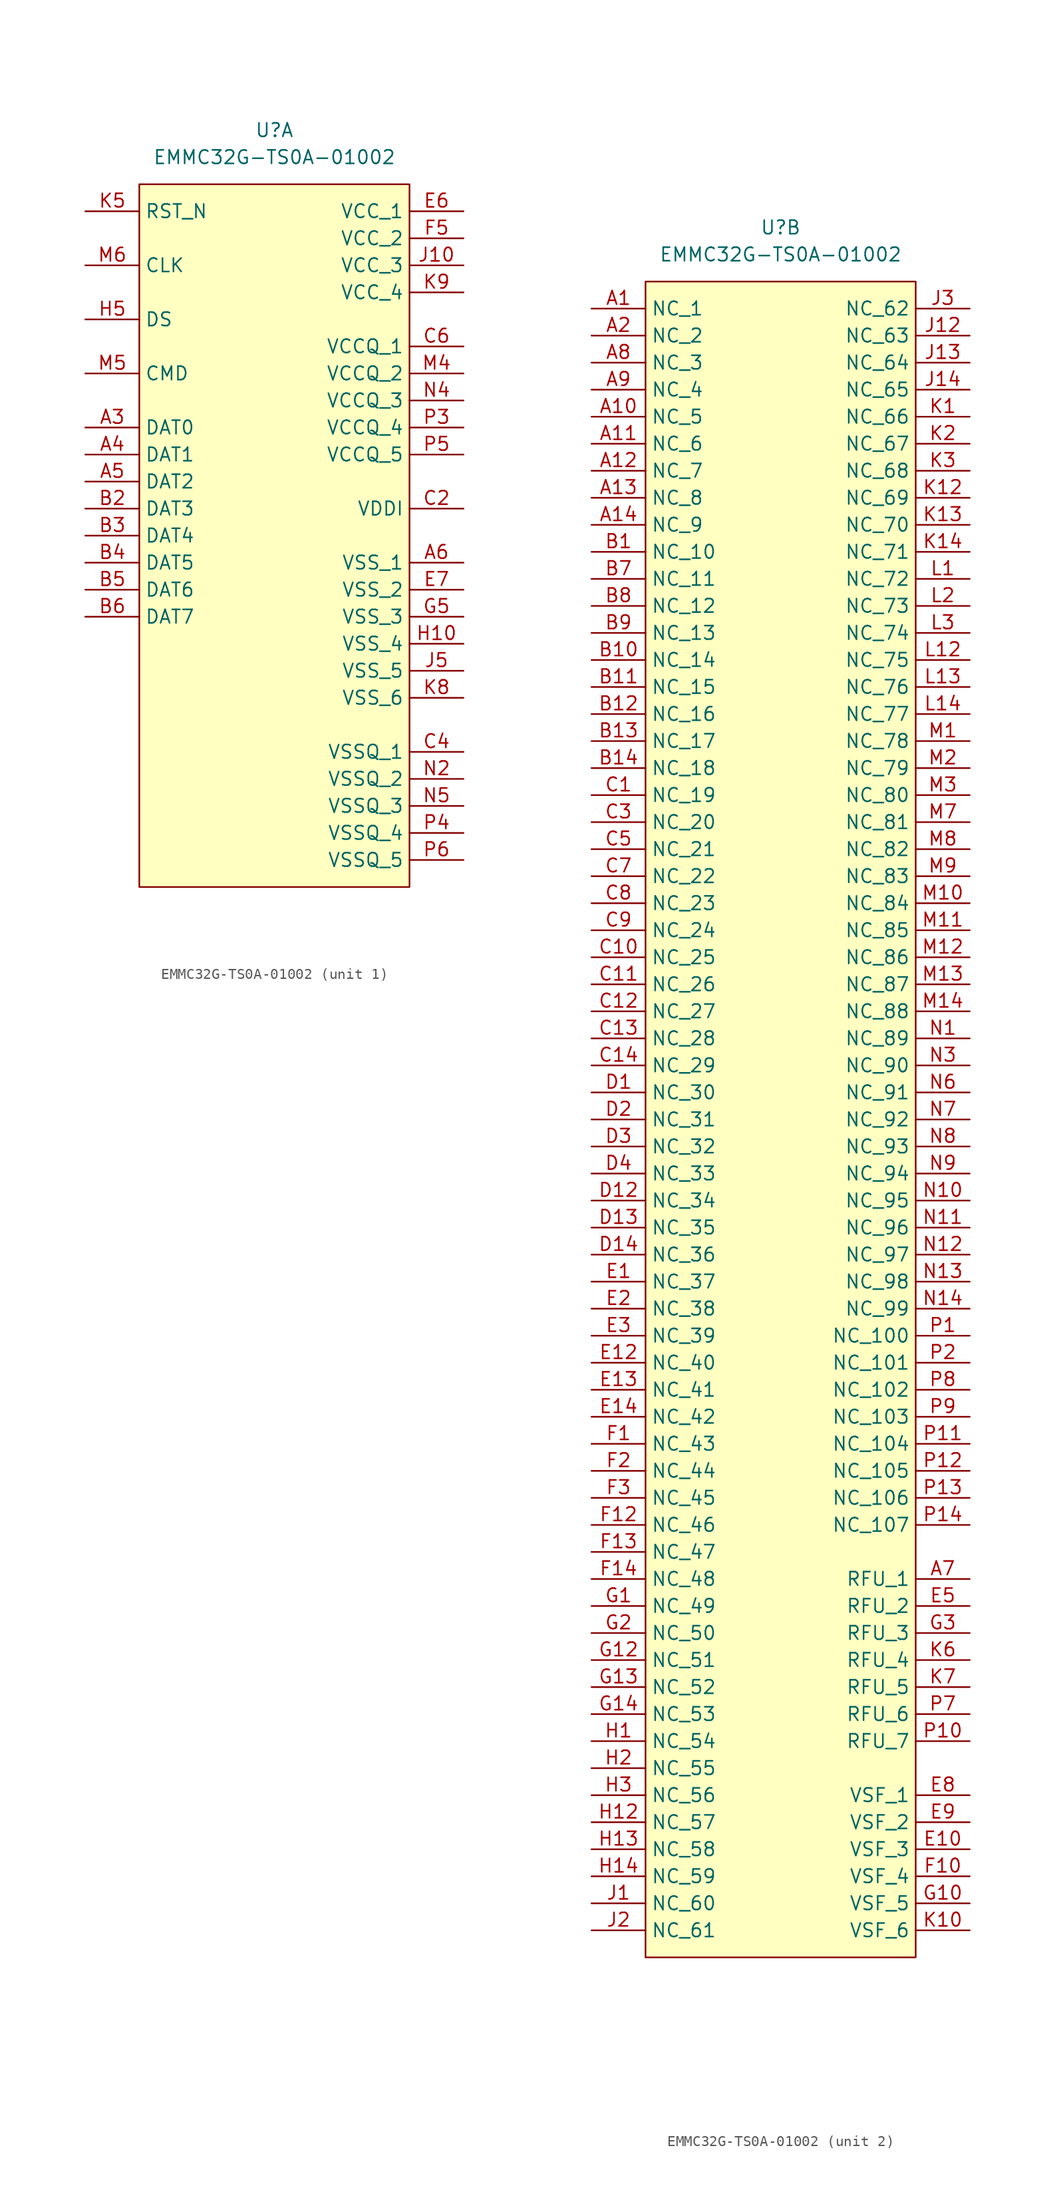
<source format=kicad_sym>
(kicad_symbol_lib
  (version 20241209)
  (generator "kicad_symbol_editor")
  (generator_version "9.0")
  (symbol "EMMC32G-TS0A-01002"
    (property "Reference" "U"
      (at 0 5.08 0)
      (effects (font (size 1.27 1.27))))
    (property "Value" "EMMC32G-TS0A-01002"
      (at 0 2.54 0)
      (effects (font (size 1.27 1.27))))
    (property "ki_locked" ""
      (at 0 0 0)
      (effects (font (size 1.27 1.27))))
    (symbol "EMMC32G-TS0A-01002_1_1"
      (rectangle (start -12.7 0) (end 12.7 -66.04) (stroke (width 0) (type default)) (fill (type background)))
      (pin passive line (at -17.78 -2.54 0) (length 5.08) (name "RST_N" (effects (font (size 1.27 1.27)))) (number "K5" (effects (font (size 1.27 1.27)))))
      (pin passive line (at -17.78 -7.62 0) (length 5.08) (name "CLK" (effects (font (size 1.27 1.27)))) (number "M6" (effects (font (size 1.27 1.27)))))
      (pin passive line (at -17.78 -12.7 0) (length 5.08) (name "DS" (effects (font (size 1.27 1.27)))) (number "H5" (effects (font (size 1.27 1.27)))))
      (pin passive line (at -17.78 -17.78 0) (length 5.08) (name "CMD" (effects (font (size 1.27 1.27)))) (number "M5" (effects (font (size 1.27 1.27)))))
      (pin passive line (at -17.78 -22.86 0) (length 5.08) (name "DAT0" (effects (font (size 1.27 1.27)))) (number "A3" (effects (font (size 1.27 1.27)))))
      (pin passive line (at -17.78 -25.4 0) (length 5.08) (name "DAT1" (effects (font (size 1.27 1.27)))) (number "A4" (effects (font (size 1.27 1.27)))))
      (pin passive line (at -17.78 -27.94 0) (length 5.08) (name "DAT2" (effects (font (size 1.27 1.27)))) (number "A5" (effects (font (size 1.27 1.27)))))
      (pin passive line (at -17.78 -30.48 0) (length 5.08) (name "DAT3" (effects (font (size 1.27 1.27)))) (number "B2" (effects (font (size 1.27 1.27)))))
      (pin passive line (at -17.78 -33.02 0) (length 5.08) (name "DAT4" (effects (font (size 1.27 1.27)))) (number "B3" (effects (font (size 1.27 1.27)))))
      (pin passive line (at -17.78 -35.56 0) (length 5.08) (name "DAT5" (effects (font (size 1.27 1.27)))) (number "B4" (effects (font (size 1.27 1.27)))))
      (pin passive line (at -17.78 -38.1 0) (length 5.08) (name "DAT6" (effects (font (size 1.27 1.27)))) (number "B5" (effects (font (size 1.27 1.27)))))
      (pin passive line (at -17.78 -40.64 0) (length 5.08) (name "DAT7" (effects (font (size 1.27 1.27)))) (number "B6" (effects (font (size 1.27 1.27)))))
      (pin passive line (at 17.78 -2.54 180) (length 5.08) (name "VCC_1" (effects (font (size 1.27 1.27)))) (number "E6" (effects (font (size 1.27 1.27)))))
      (pin passive line (at 17.78 -5.08 180) (length 5.08) (name "VCC_2" (effects (font (size 1.27 1.27)))) (number "F5" (effects (font (size 1.27 1.27)))))
      (pin passive line (at 17.78 -7.62 180) (length 5.08) (name "VCC_3" (effects (font (size 1.27 1.27)))) (number "J10" (effects (font (size 1.27 1.27)))))
      (pin passive line (at 17.78 -10.16 180) (length 5.08) (name "VCC_4" (effects (font (size 1.27 1.27)))) (number "K9" (effects (font (size 1.27 1.27)))))
      (pin passive line (at 17.78 -15.24 180) (length 5.08) (name "VCCQ_1" (effects (font (size 1.27 1.27)))) (number "C6" (effects (font (size 1.27 1.27)))))
      (pin passive line (at 17.78 -17.78 180) (length 5.08) (name "VCCQ_2" (effects (font (size 1.27 1.27)))) (number "M4" (effects (font (size 1.27 1.27)))))
      (pin passive line (at 17.78 -20.32 180) (length 5.08) (name "VCCQ_3" (effects (font (size 1.27 1.27)))) (number "N4" (effects (font (size 1.27 1.27)))))
      (pin passive line (at 17.78 -22.86 180) (length 5.08) (name "VCCQ_4" (effects (font (size 1.27 1.27)))) (number "P3" (effects (font (size 1.27 1.27)))))
      (pin passive line (at 17.78 -25.4 180) (length 5.08) (name "VCCQ_5" (effects (font (size 1.27 1.27)))) (number "P5" (effects (font (size 1.27 1.27)))))
      (pin passive line (at 17.78 -30.48 180) (length 5.08) (name "VDDI" (effects (font (size 1.27 1.27)))) (number "C2" (effects (font (size 1.27 1.27)))))
      (pin passive line (at 17.78 -35.56 180) (length 5.08) (name "VSS_1" (effects (font (size 1.27 1.27)))) (number "A6" (effects (font (size 1.27 1.27)))))
      (pin passive line (at 17.78 -38.1 180) (length 5.08) (name "VSS_2" (effects (font (size 1.27 1.27)))) (number "E7" (effects (font (size 1.27 1.27)))))
      (pin passive line (at 17.78 -40.64 180) (length 5.08) (name "VSS_3" (effects (font (size 1.27 1.27)))) (number "G5" (effects (font (size 1.27 1.27)))))
      (pin passive line (at 17.78 -43.18 180) (length 5.08) (name "VSS_4" (effects (font (size 1.27 1.27)))) (number "H10" (effects (font (size 1.27 1.27)))))
      (pin passive line (at 17.78 -45.72 180) (length 5.08) (name "VSS_5" (effects (font (size 1.27 1.27)))) (number "J5" (effects (font (size 1.27 1.27)))))
      (pin passive line (at 17.78 -48.26 180) (length 5.08) (name "VSS_6" (effects (font (size 1.27 1.27)))) (number "K8" (effects (font (size 1.27 1.27)))))
      (pin passive line (at 17.78 -53.34 180) (length 5.08) (name "VSSQ_1" (effects (font (size 1.27 1.27)))) (number "C4" (effects (font (size 1.27 1.27)))))
      (pin passive line (at 17.78 -55.88 180) (length 5.08) (name "VSSQ_2" (effects (font (size 1.27 1.27)))) (number "N2" (effects (font (size 1.27 1.27)))))
      (pin passive line (at 17.78 -58.42 180) (length 5.08) (name "VSSQ_3" (effects (font (size 1.27 1.27)))) (number "N5" (effects (font (size 1.27 1.27)))))
      (pin passive line (at 17.78 -60.96 180) (length 5.08) (name "VSSQ_4" (effects (font (size 1.27 1.27)))) (number "P4" (effects (font (size 1.27 1.27)))))
      (pin passive line (at 17.78 -63.5 180) (length 5.08) (name "VSSQ_5" (effects (font (size 1.27 1.27)))) (number "P6" (effects (font (size 1.27 1.27))))))
    (symbol "EMMC32G-TS0A-01002_2_1"
      (rectangle (start -12.7 0) (end 12.7 -157.48) (stroke (width 0) (type default)) (fill (type background)))
      (pin passive line (at -17.78 -2.54 0) (length 5.08) (name "NC_1" (effects (font (size 1.27 1.27)))) (number "A1" (effects (font (size 1.27 1.27)))))
      (pin passive line (at -17.78 -5.08 0) (length 5.08) (name "NC_2" (effects (font (size 1.27 1.27)))) (number "A2" (effects (font (size 1.27 1.27)))))
      (pin passive line (at -17.78 -7.62 0) (length 5.08) (name "NC_3" (effects (font (size 1.27 1.27)))) (number "A8" (effects (font (size 1.27 1.27)))))
      (pin passive line (at -17.78 -10.16 0) (length 5.08) (name "NC_4" (effects (font (size 1.27 1.27)))) (number "A9" (effects (font (size 1.27 1.27)))))
      (pin passive line (at -17.78 -12.7 0) (length 5.08) (name "NC_5" (effects (font (size 1.27 1.27)))) (number "A10" (effects (font (size 1.27 1.27)))))
      (pin passive line (at -17.78 -15.24 0) (length 5.08) (name "NC_6" (effects (font (size 1.27 1.27)))) (number "A11" (effects (font (size 1.27 1.27)))))
      (pin passive line (at -17.78 -17.78 0) (length 5.08) (name "NC_7" (effects (font (size 1.27 1.27)))) (number "A12" (effects (font (size 1.27 1.27)))))
      (pin passive line (at -17.78 -20.32 0) (length 5.08) (name "NC_8" (effects (font (size 1.27 1.27)))) (number "A13" (effects (font (size 1.27 1.27)))))
      (pin passive line (at -17.78 -22.86 0) (length 5.08) (name "NC_9" (effects (font (size 1.27 1.27)))) (number "A14" (effects (font (size 1.27 1.27)))))
      (pin passive line (at -17.78 -25.4 0) (length 5.08) (name "NC_10" (effects (font (size 1.27 1.27)))) (number "B1" (effects (font (size 1.27 1.27)))))
      (pin passive line (at -17.78 -27.94 0) (length 5.08) (name "NC_11" (effects (font (size 1.27 1.27)))) (number "B7" (effects (font (size 1.27 1.27)))))
      (pin passive line (at -17.78 -30.48 0) (length 5.08) (name "NC_12" (effects (font (size 1.27 1.27)))) (number "B8" (effects (font (size 1.27 1.27)))))
      (pin passive line (at -17.78 -33.02 0) (length 5.08) (name "NC_13" (effects (font (size 1.27 1.27)))) (number "B9" (effects (font (size 1.27 1.27)))))
      (pin passive line (at -17.78 -35.56 0) (length 5.08) (name "NC_14" (effects (font (size 1.27 1.27)))) (number "B10" (effects (font (size 1.27 1.27)))))
      (pin passive line (at -17.78 -38.1 0) (length 5.08) (name "NC_15" (effects (font (size 1.27 1.27)))) (number "B11" (effects (font (size 1.27 1.27)))))
      (pin passive line (at -17.78 -40.64 0) (length 5.08) (name "NC_16" (effects (font (size 1.27 1.27)))) (number "B12" (effects (font (size 1.27 1.27)))))
      (pin passive line (at -17.78 -43.18 0) (length 5.08) (name "NC_17" (effects (font (size 1.27 1.27)))) (number "B13" (effects (font (size 1.27 1.27)))))
      (pin passive line (at -17.78 -45.72 0) (length 5.08) (name "NC_18" (effects (font (size 1.27 1.27)))) (number "B14" (effects (font (size 1.27 1.27)))))
      (pin passive line (at -17.78 -48.26 0) (length 5.08) (name "NC_19" (effects (font (size 1.27 1.27)))) (number "C1" (effects (font (size 1.27 1.27)))))
      (pin passive line (at -17.78 -50.8 0) (length 5.08) (name "NC_20" (effects (font (size 1.27 1.27)))) (number "C3" (effects (font (size 1.27 1.27)))))
      (pin passive line (at -17.78 -53.34 0) (length 5.08) (name "NC_21" (effects (font (size 1.27 1.27)))) (number "C5" (effects (font (size 1.27 1.27)))))
      (pin passive line (at -17.78 -55.88 0) (length 5.08) (name "NC_22" (effects (font (size 1.27 1.27)))) (number "C7" (effects (font (size 1.27 1.27)))))
      (pin passive line (at -17.78 -58.42 0) (length 5.08) (name "NC_23" (effects (font (size 1.27 1.27)))) (number "C8" (effects (font (size 1.27 1.27)))))
      (pin passive line (at -17.78 -60.96 0) (length 5.08) (name "NC_24" (effects (font (size 1.27 1.27)))) (number "C9" (effects (font (size 1.27 1.27)))))
      (pin passive line (at -17.78 -63.5 0) (length 5.08) (name "NC_25" (effects (font (size 1.27 1.27)))) (number "C10" (effects (font (size 1.27 1.27)))))
      (pin passive line (at -17.78 -66.04 0) (length 5.08) (name "NC_26" (effects (font (size 1.27 1.27)))) (number "C11" (effects (font (size 1.27 1.27)))))
      (pin passive line (at -17.78 -68.58 0) (length 5.08) (name "NC_27" (effects (font (size 1.27 1.27)))) (number "C12" (effects (font (size 1.27 1.27)))))
      (pin passive line (at -17.78 -71.12 0) (length 5.08) (name "NC_28" (effects (font (size 1.27 1.27)))) (number "C13" (effects (font (size 1.27 1.27)))))
      (pin passive line (at -17.78 -73.66 0) (length 5.08) (name "NC_29" (effects (font (size 1.27 1.27)))) (number "C14" (effects (font (size 1.27 1.27)))))
      (pin passive line (at -17.78 -76.2 0) (length 5.08) (name "NC_30" (effects (font (size 1.27 1.27)))) (number "D1" (effects (font (size 1.27 1.27)))))
      (pin passive line (at -17.78 -78.74 0) (length 5.08) (name "NC_31" (effects (font (size 1.27 1.27)))) (number "D2" (effects (font (size 1.27 1.27)))))
      (pin passive line (at -17.78 -81.28 0) (length 5.08) (name "NC_32" (effects (font (size 1.27 1.27)))) (number "D3" (effects (font (size 1.27 1.27)))))
      (pin passive line (at -17.78 -83.82 0) (length 5.08) (name "NC_33" (effects (font (size 1.27 1.27)))) (number "D4" (effects (font (size 1.27 1.27)))))
      (pin passive line (at -17.78 -86.36 0) (length 5.08) (name "NC_34" (effects (font (size 1.27 1.27)))) (number "D12" (effects (font (size 1.27 1.27)))))
      (pin passive line (at -17.78 -88.9 0) (length 5.08) (name "NC_35" (effects (font (size 1.27 1.27)))) (number "D13" (effects (font (size 1.27 1.27)))))
      (pin passive line (at -17.78 -91.44 0) (length 5.08) (name "NC_36" (effects (font (size 1.27 1.27)))) (number "D14" (effects (font (size 1.27 1.27)))))
      (pin passive line (at -17.78 -93.98 0) (length 5.08) (name "NC_37" (effects (font (size 1.27 1.27)))) (number "E1" (effects (font (size 1.27 1.27)))))
      (pin passive line (at -17.78 -96.52 0) (length 5.08) (name "NC_38" (effects (font (size 1.27 1.27)))) (number "E2" (effects (font (size 1.27 1.27)))))
      (pin passive line (at -17.78 -99.06 0) (length 5.08) (name "NC_39" (effects (font (size 1.27 1.27)))) (number "E3" (effects (font (size 1.27 1.27)))))
      (pin passive line (at -17.78 -101.6 0) (length 5.08) (name "NC_40" (effects (font (size 1.27 1.27)))) (number "E12" (effects (font (size 1.27 1.27)))))
      (pin passive line (at -17.78 -104.14 0) (length 5.08) (name "NC_41" (effects (font (size 1.27 1.27)))) (number "E13" (effects (font (size 1.27 1.27)))))
      (pin passive line (at -17.78 -106.68 0) (length 5.08) (name "NC_42" (effects (font (size 1.27 1.27)))) (number "E14" (effects (font (size 1.27 1.27)))))
      (pin passive line (at -17.78 -109.22 0) (length 5.08) (name "NC_43" (effects (font (size 1.27 1.27)))) (number "F1" (effects (font (size 1.27 1.27)))))
      (pin passive line (at -17.78 -111.76 0) (length 5.08) (name "NC_44" (effects (font (size 1.27 1.27)))) (number "F2" (effects (font (size 1.27 1.27)))))
      (pin passive line (at -17.78 -114.3 0) (length 5.08) (name "NC_45" (effects (font (size 1.27 1.27)))) (number "F3" (effects (font (size 1.27 1.27)))))
      (pin passive line (at -17.78 -116.84 0) (length 5.08) (name "NC_46" (effects (font (size 1.27 1.27)))) (number "F12" (effects (font (size 1.27 1.27)))))
      (pin passive line (at -17.78 -119.38 0) (length 5.08) (name "NC_47" (effects (font (size 1.27 1.27)))) (number "F13" (effects (font (size 1.27 1.27)))))
      (pin passive line (at -17.78 -121.92 0) (length 5.08) (name "NC_48" (effects (font (size 1.27 1.27)))) (number "F14" (effects (font (size 1.27 1.27)))))
      (pin passive line (at -17.78 -124.46 0) (length 5.08) (name "NC_49" (effects (font (size 1.27 1.27)))) (number "G1" (effects (font (size 1.27 1.27)))))
      (pin passive line (at -17.78 -127 0) (length 5.08) (name "NC_50" (effects (font (size 1.27 1.27)))) (number "G2" (effects (font (size 1.27 1.27)))))
      (pin passive line (at -17.78 -129.54 0) (length 5.08) (name "NC_51" (effects (font (size 1.27 1.27)))) (number "G12" (effects (font (size 1.27 1.27)))))
      (pin passive line (at -17.78 -132.08 0) (length 5.08) (name "NC_52" (effects (font (size 1.27 1.27)))) (number "G13" (effects (font (size 1.27 1.27)))))
      (pin passive line (at -17.78 -134.62 0) (length 5.08) (name "NC_53" (effects (font (size 1.27 1.27)))) (number "G14" (effects (font (size 1.27 1.27)))))
      (pin passive line (at -17.78 -137.16 0) (length 5.08) (name "NC_54" (effects (font (size 1.27 1.27)))) (number "H1" (effects (font (size 1.27 1.27)))))
      (pin passive line (at -17.78 -139.7 0) (length 5.08) (name "NC_55" (effects (font (size 1.27 1.27)))) (number "H2" (effects (font (size 1.27 1.27)))))
      (pin passive line (at -17.78 -142.24 0) (length 5.08) (name "NC_56" (effects (font (size 1.27 1.27)))) (number "H3" (effects (font (size 1.27 1.27)))))
      (pin passive line (at -17.78 -144.78 0) (length 5.08) (name "NC_57" (effects (font (size 1.27 1.27)))) (number "H12" (effects (font (size 1.27 1.27)))))
      (pin passive line (at -17.78 -147.32 0) (length 5.08) (name "NC_58" (effects (font (size 1.27 1.27)))) (number "H13" (effects (font (size 1.27 1.27)))))
      (pin passive line (at -17.78 -149.86 0) (length 5.08) (name "NC_59" (effects (font (size 1.27 1.27)))) (number "H14" (effects (font (size 1.27 1.27)))))
      (pin passive line (at -17.78 -152.4 0) (length 5.08) (name "NC_60" (effects (font (size 1.27 1.27)))) (number "J1" (effects (font (size 1.27 1.27)))))
      (pin passive line (at -17.78 -154.94 0) (length 5.08) (name "NC_61" (effects (font (size 1.27 1.27)))) (number "J2" (effects (font (size 1.27 1.27)))))
      (pin passive line (at 17.78 -2.54 180) (length 5.08) (name "NC_62" (effects (font (size 1.27 1.27)))) (number "J3" (effects (font (size 1.27 1.27)))))
      (pin passive line (at 17.78 -5.08 180) (length 5.08) (name "NC_63" (effects (font (size 1.27 1.27)))) (number "J12" (effects (font (size 1.27 1.27)))))
      (pin passive line (at 17.78 -7.62 180) (length 5.08) (name "NC_64" (effects (font (size 1.27 1.27)))) (number "J13" (effects (font (size 1.27 1.27)))))
      (pin passive line (at 17.78 -10.16 180) (length 5.08) (name "NC_65" (effects (font (size 1.27 1.27)))) (number "J14" (effects (font (size 1.27 1.27)))))
      (pin passive line (at 17.78 -12.7 180) (length 5.08) (name "NC_66" (effects (font (size 1.27 1.27)))) (number "K1" (effects (font (size 1.27 1.27)))))
      (pin passive line (at 17.78 -15.24 180) (length 5.08) (name "NC_67" (effects (font (size 1.27 1.27)))) (number "K2" (effects (font (size 1.27 1.27)))))
      (pin passive line (at 17.78 -17.78 180) (length 5.08) (name "NC_68" (effects (font (size 1.27 1.27)))) (number "K3" (effects (font (size 1.27 1.27)))))
      (pin passive line (at 17.78 -20.32 180) (length 5.08) (name "NC_69" (effects (font (size 1.27 1.27)))) (number "K12" (effects (font (size 1.27 1.27)))))
      (pin passive line (at 17.78 -22.86 180) (length 5.08) (name "NC_70" (effects (font (size 1.27 1.27)))) (number "K13" (effects (font (size 1.27 1.27)))))
      (pin passive line (at 17.78 -25.4 180) (length 5.08) (name "NC_71" (effects (font (size 1.27 1.27)))) (number "K14" (effects (font (size 1.27 1.27)))))
      (pin passive line (at 17.78 -27.94 180) (length 5.08) (name "NC_72" (effects (font (size 1.27 1.27)))) (number "L1" (effects (font (size 1.27 1.27)))))
      (pin passive line (at 17.78 -30.48 180) (length 5.08) (name "NC_73" (effects (font (size 1.27 1.27)))) (number "L2" (effects (font (size 1.27 1.27)))))
      (pin passive line (at 17.78 -33.02 180) (length 5.08) (name "NC_74" (effects (font (size 1.27 1.27)))) (number "L3" (effects (font (size 1.27 1.27)))))
      (pin passive line (at 17.78 -35.56 180) (length 5.08) (name "NC_75" (effects (font (size 1.27 1.27)))) (number "L12" (effects (font (size 1.27 1.27)))))
      (pin passive line (at 17.78 -38.1 180) (length 5.08) (name "NC_76" (effects (font (size 1.27 1.27)))) (number "L13" (effects (font (size 1.27 1.27)))))
      (pin passive line (at 17.78 -40.64 180) (length 5.08) (name "NC_77" (effects (font (size 1.27 1.27)))) (number "L14" (effects (font (size 1.27 1.27)))))
      (pin passive line (at 17.78 -43.18 180) (length 5.08) (name "NC_78" (effects (font (size 1.27 1.27)))) (number "M1" (effects (font (size 1.27 1.27)))))
      (pin passive line (at 17.78 -45.72 180) (length 5.08) (name "NC_79" (effects (font (size 1.27 1.27)))) (number "M2" (effects (font (size 1.27 1.27)))))
      (pin passive line (at 17.78 -48.26 180) (length 5.08) (name "NC_80" (effects (font (size 1.27 1.27)))) (number "M3" (effects (font (size 1.27 1.27)))))
      (pin passive line (at 17.78 -50.8 180) (length 5.08) (name "NC_81" (effects (font (size 1.27 1.27)))) (number "M7" (effects (font (size 1.27 1.27)))))
      (pin passive line (at 17.78 -53.34 180) (length 5.08) (name "NC_82" (effects (font (size 1.27 1.27)))) (number "M8" (effects (font (size 1.27 1.27)))))
      (pin passive line (at 17.78 -55.88 180) (length 5.08) (name "NC_83" (effects (font (size 1.27 1.27)))) (number "M9" (effects (font (size 1.27 1.27)))))
      (pin passive line (at 17.78 -58.42 180) (length 5.08) (name "NC_84" (effects (font (size 1.27 1.27)))) (number "M10" (effects (font (size 1.27 1.27)))))
      (pin passive line (at 17.78 -60.96 180) (length 5.08) (name "NC_85" (effects (font (size 1.27 1.27)))) (number "M11" (effects (font (size 1.27 1.27)))))
      (pin passive line (at 17.78 -63.5 180) (length 5.08) (name "NC_86" (effects (font (size 1.27 1.27)))) (number "M12" (effects (font (size 1.27 1.27)))))
      (pin passive line (at 17.78 -66.04 180) (length 5.08) (name "NC_87" (effects (font (size 1.27 1.27)))) (number "M13" (effects (font (size 1.27 1.27)))))
      (pin passive line (at 17.78 -68.58 180) (length 5.08) (name "NC_88" (effects (font (size 1.27 1.27)))) (number "M14" (effects (font (size 1.27 1.27)))))
      (pin passive line (at 17.78 -71.12 180) (length 5.08) (name "NC_89" (effects (font (size 1.27 1.27)))) (number "N1" (effects (font (size 1.27 1.27)))))
      (pin passive line (at 17.78 -73.66 180) (length 5.08) (name "NC_90" (effects (font (size 1.27 1.27)))) (number "N3" (effects (font (size 1.27 1.27)))))
      (pin passive line (at 17.78 -76.2 180) (length 5.08) (name "NC_91" (effects (font (size 1.27 1.27)))) (number "N6" (effects (font (size 1.27 1.27)))))
      (pin passive line (at 17.78 -78.74 180) (length 5.08) (name "NC_92" (effects (font (size 1.27 1.27)))) (number "N7" (effects (font (size 1.27 1.27)))))
      (pin passive line (at 17.78 -81.28 180) (length 5.08) (name "NC_93" (effects (font (size 1.27 1.27)))) (number "N8" (effects (font (size 1.27 1.27)))))
      (pin passive line (at 17.78 -83.82 180) (length 5.08) (name "NC_94" (effects (font (size 1.27 1.27)))) (number "N9" (effects (font (size 1.27 1.27)))))
      (pin passive line (at 17.78 -86.36 180) (length 5.08) (name "NC_95" (effects (font (size 1.27 1.27)))) (number "N10" (effects (font (size 1.27 1.27)))))
      (pin passive line (at 17.78 -88.9 180) (length 5.08) (name "NC_96" (effects (font (size 1.27 1.27)))) (number "N11" (effects (font (size 1.27 1.27)))))
      (pin passive line (at 17.78 -91.44 180) (length 5.08) (name "NC_97" (effects (font (size 1.27 1.27)))) (number "N12" (effects (font (size 1.27 1.27)))))
      (pin passive line (at 17.78 -93.98 180) (length 5.08) (name "NC_98" (effects (font (size 1.27 1.27)))) (number "N13" (effects (font (size 1.27 1.27)))))
      (pin passive line (at 17.78 -96.52 180) (length 5.08) (name "NC_99" (effects (font (size 1.27 1.27)))) (number "N14" (effects (font (size 1.27 1.27)))))
      (pin passive line (at 17.78 -99.06 180) (length 5.08) (name "NC_100" (effects (font (size 1.27 1.27)))) (number "P1" (effects (font (size 1.27 1.27)))))
      (pin passive line (at 17.78 -101.6 180) (length 5.08) (name "NC_101" (effects (font (size 1.27 1.27)))) (number "P2" (effects (font (size 1.27 1.27)))))
      (pin passive line (at 17.78 -104.14 180) (length 5.08) (name "NC_102" (effects (font (size 1.27 1.27)))) (number "P8" (effects (font (size 1.27 1.27)))))
      (pin passive line (at 17.78 -106.68 180) (length 5.08) (name "NC_103" (effects (font (size 1.27 1.27)))) (number "P9" (effects (font (size 1.27 1.27)))))
      (pin passive line (at 17.78 -109.22 180) (length 5.08) (name "NC_104" (effects (font (size 1.27 1.27)))) (number "P11" (effects (font (size 1.27 1.27)))))
      (pin passive line (at 17.78 -111.76 180) (length 5.08) (name "NC_105" (effects (font (size 1.27 1.27)))) (number "P12" (effects (font (size 1.27 1.27)))))
      (pin passive line (at 17.78 -114.3 180) (length 5.08) (name "NC_106" (effects (font (size 1.27 1.27)))) (number "P13" (effects (font (size 1.27 1.27)))))
      (pin passive line (at 17.78 -116.84 180) (length 5.08) (name "NC_107" (effects (font (size 1.27 1.27)))) (number "P14" (effects (font (size 1.27 1.27)))))
      (pin passive line (at 17.78 -121.92 180) (length 5.08) (name "RFU_1" (effects (font (size 1.27 1.27)))) (number "A7" (effects (font (size 1.27 1.27)))))
      (pin passive line (at 17.78 -124.46 180) (length 5.08) (name "RFU_2" (effects (font (size 1.27 1.27)))) (number "E5" (effects (font (size 1.27 1.27)))))
      (pin passive line (at 17.78 -127 180) (length 5.08) (name "RFU_3" (effects (font (size 1.27 1.27)))) (number "G3" (effects (font (size 1.27 1.27)))))
      (pin passive line (at 17.78 -129.54 180) (length 5.08) (name "RFU_4" (effects (font (size 1.27 1.27)))) (number "K6" (effects (font (size 1.27 1.27)))))
      (pin passive line (at 17.78 -132.08 180) (length 5.08) (name "RFU_5" (effects (font (size 1.27 1.27)))) (number "K7" (effects (font (size 1.27 1.27)))))
      (pin passive line (at 17.78 -134.62 180) (length 5.08) (name "RFU_6" (effects (font (size 1.27 1.27)))) (number "P7" (effects (font (size 1.27 1.27)))))
      (pin passive line (at 17.78 -137.16 180) (length 5.08) (name "RFU_7" (effects (font (size 1.27 1.27)))) (number "P10" (effects (font (size 1.27 1.27)))))
      (pin passive line (at 17.78 -142.24 180) (length 5.08) (name "VSF_1" (effects (font (size 1.27 1.27)))) (number "E8" (effects (font (size 1.27 1.27)))))
      (pin passive line (at 17.78 -144.78 180) (length 5.08) (name "VSF_2" (effects (font (size 1.27 1.27)))) (number "E9" (effects (font (size 1.27 1.27)))))
      (pin passive line (at 17.78 -147.32 180) (length 5.08) (name "VSF_3" (effects (font (size 1.27 1.27)))) (number "E10" (effects (font (size 1.27 1.27)))))
      (pin passive line (at 17.78 -149.86 180) (length 5.08) (name "VSF_4" (effects (font (size 1.27 1.27)))) (number "F10" (effects (font (size 1.27 1.27)))))
      (pin passive line (at 17.78 -152.4 180) (length 5.08) (name "VSF_5" (effects (font (size 1.27 1.27)))) (number "G10" (effects (font (size 1.27 1.27)))))
      (pin passive line (at 17.78 -154.94 180) (length 5.08) (name "VSF_6" (effects (font (size 1.27 1.27)))) (number "K10" (effects (font (size 1.27 1.27))))))))
</source>
